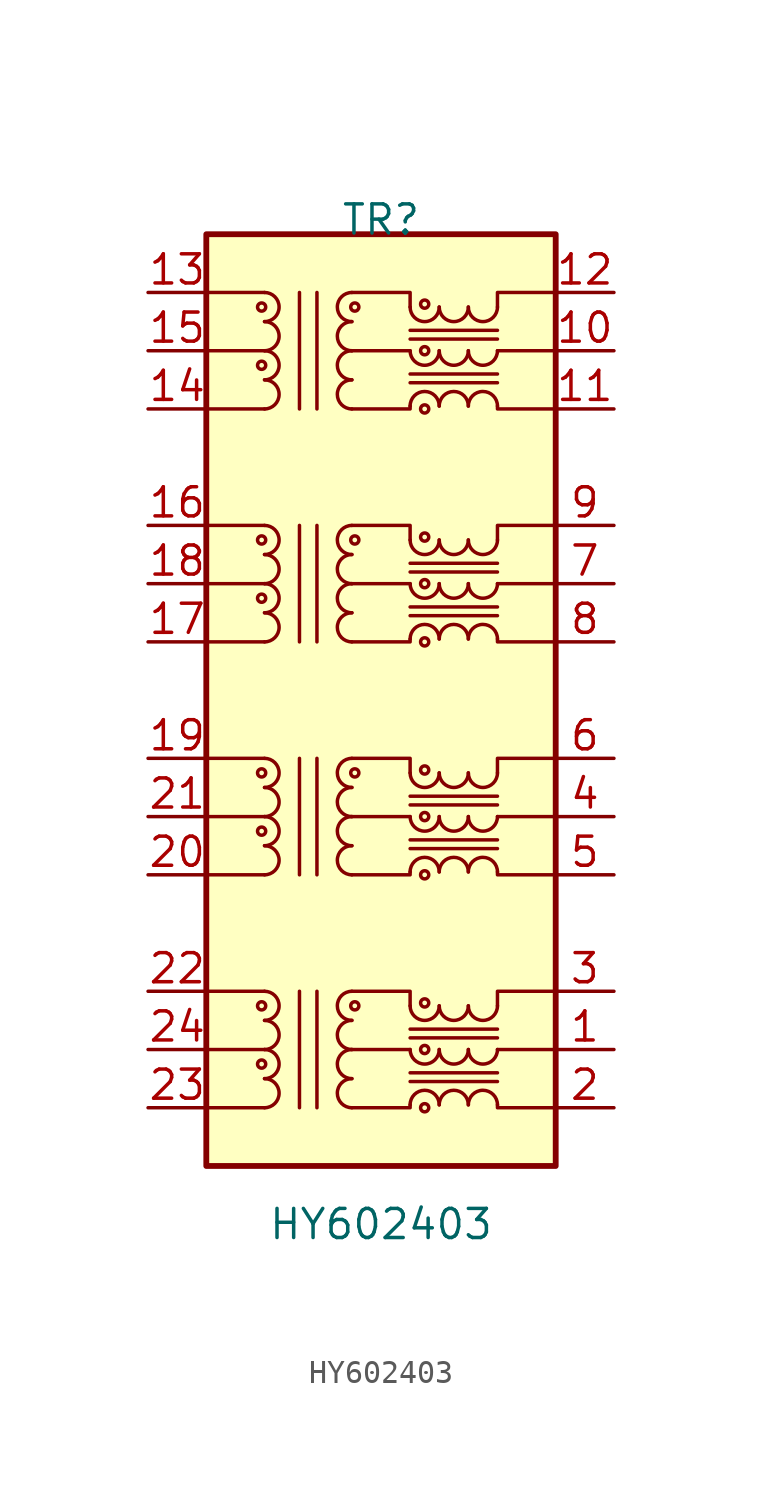
<source format=kicad_sym>
(kicad_symbol_lib
  (version 20211014)
  (generator kicad_symbol_editor)
  (symbol "HY602403"
    (pin_names hide)
    (property "Reference" "TR"
      (at 0 10.795 0)
      (effects (font (size 1.27 1.27))))
    (property "Value" "HY602403"
      (at 0 -33.02 0)
      (effects (font (size 1.27 1.27))))
    (symbol "HY602403_0_1"
      (rectangle (start -7.62 10.16) (end 7.62 -30.48) (stroke (width 0.254) (type default) (color 0 0 0 0)) (fill (type background)))
      (circle (center -5.207 6.985) (radius 0.178) (stroke (width 0) (type default) (color 0 0 0 0)) (fill (type none)))
      (arc (start -5.08 6.35) (mid -4.445 6.985) (end -5.08 7.62) (stroke (width 0) (type default) (color 0 0 0 0)) (fill (type none)))
      (polyline (pts (xy -5.08 2.54) (xy -7.62 2.54)) (stroke (width 0) (type default) (color 0 0 0 0)) (fill (type none)))
      (polyline (pts (xy -5.08 5.08) (xy -7.62 5.08)) (stroke (width 0) (type default) (color 0 0 0 0)) (fill (type none)))
      (polyline (pts (xy -5.08 7.62) (xy -7.62 7.62)) (stroke (width 0) (type default) (color 0 0 0 0)) (fill (type none)))
      (polyline (pts (xy -3.556 2.54) (xy -3.556 7.62)) (stroke (width 0) (type default) (color 0 0 0 0)) (fill (type none)))
      (polyline (pts (xy -2.794 7.62) (xy -2.794 2.54)) (stroke (width 0) (type default) (color 0 0 0 0)) (fill (type none)))
      (polyline (pts (xy -1.27 5.08) (xy 1.27 5.08)) (stroke (width 0) (type default) (color 0 0 0 0)) (fill (type none)))
      (polyline (pts (xy 5.08 5.08) (xy 7.62 5.08)) (stroke (width 0) (type default) (color 0 0 0 0)) (fill (type none)))
      (polyline (pts (xy -1.27 2.54) (xy 1.27 2.54) (xy 1.27 2.667)) (stroke (width 0) (type default) (color 0 0 0 0)) (fill (type none)))
      (polyline (pts (xy 1.27 6.985) (xy 1.27 7.62) (xy -1.27 7.62)) (stroke (width 0) (type default) (color 0 0 0 0)) (fill (type none)))
      (polyline (pts (xy 5.08 2.667) (xy 5.08 2.54) (xy 7.62 2.54)) (stroke (width 0) (type default) (color 0 0 0 0)) (fill (type none)))
      (polyline (pts (xy 5.08 6.985) (xy 5.08 7.62) (xy 7.62 7.62)) (stroke (width 0) (type default) (color 0 0 0 0)) (fill (type none))))
    (symbol "HY602403_1_1"
      (circle (center -5.207 -26.035) (radius 0.178) (stroke (width 0) (type default) (color 0 0 0 0)) (fill (type none)))
      (circle (center -5.207 -23.495) (radius 0.178) (stroke (width 0) (type default) (color 0 0 0 0)) (fill (type none)))
      (circle (center -5.207 -15.875) (radius 0.178) (stroke (width 0) (type default) (color 0 0 0 0)) (fill (type none)))
      (circle (center -5.207 -13.335) (radius 0.178) (stroke (width 0) (type default) (color 0 0 0 0)) (fill (type none)))
      (circle (center -5.207 -5.715) (radius 0.178) (stroke (width 0) (type default) (color 0 0 0 0)) (fill (type none)))
      (circle (center -5.207 -3.175) (radius 0.178) (stroke (width 0) (type default) (color 0 0 0 0)) (fill (type none)))
      (circle (center -5.207 4.445) (radius 0.178) (stroke (width 0) (type default) (color 0 0 0 0)) (fill (type none)))
      (arc (start -5.08 -27.94) (mid -4.445 -27.305) (end -5.08 -26.67) (stroke (width 0) (type default) (color 0 0 0 0)) (fill (type none)))
      (arc (start -5.08 -26.67) (mid -4.445 -26.035) (end -5.08 -25.4) (stroke (width 0) (type default) (color 0 0 0 0)) (fill (type none)))
      (arc (start -5.08 -25.4) (mid -4.445 -24.765) (end -5.08 -24.13) (stroke (width 0) (type default) (color 0 0 0 0)) (fill (type none)))
      (arc (start -5.08 -24.13) (mid -4.445 -23.495) (end -5.08 -22.86) (stroke (width 0) (type default) (color 0 0 0 0)) (fill (type none)))
      (arc (start -5.08 -17.78) (mid -4.445 -17.145) (end -5.08 -16.51) (stroke (width 0) (type default) (color 0 0 0 0)) (fill (type none)))
      (arc (start -5.08 -16.51) (mid -4.445 -15.875) (end -5.08 -15.24) (stroke (width 0) (type default) (color 0 0 0 0)) (fill (type none)))
      (arc (start -5.08 -15.24) (mid -4.445 -14.605) (end -5.08 -13.97) (stroke (width 0) (type default) (color 0 0 0 0)) (fill (type none)))
      (arc (start -5.08 -13.97) (mid -4.445 -13.335) (end -5.08 -12.7) (stroke (width 0) (type default) (color 0 0 0 0)) (fill (type none)))
      (arc (start -5.08 -7.62) (mid -4.445 -6.985) (end -5.08 -6.35) (stroke (width 0) (type default) (color 0 0 0 0)) (fill (type none)))
      (arc (start -5.08 -6.35) (mid -4.445 -5.715) (end -5.08 -5.08) (stroke (width 0) (type default) (color 0 0 0 0)) (fill (type none)))
      (arc (start -5.08 -5.08) (mid -4.445 -4.445) (end -5.08 -3.81) (stroke (width 0) (type default) (color 0 0 0 0)) (fill (type none)))
      (arc (start -5.08 -3.81) (mid -4.445 -3.175) (end -5.08 -2.54) (stroke (width 0) (type default) (color 0 0 0 0)) (fill (type none)))
      (arc (start -5.08 2.54) (mid -4.445 3.175) (end -5.08 3.81) (stroke (width 0) (type default) (color 0 0 0 0)) (fill (type none)))
      (arc (start -5.08 3.81) (mid -4.445 4.445) (end -5.08 5.08) (stroke (width 0) (type default) (color 0 0 0 0)) (fill (type none)))
      (arc (start -5.08 5.08) (mid -4.445 5.715) (end -5.08 6.35) (stroke (width 0) (type default) (color 0 0 0 0)) (fill (type none)))
      (arc (start -1.27 -26.67) (mid -1.905 -27.305) (end -1.27 -27.94) (stroke (width 0) (type default) (color 0 0 0 0)) (fill (type none)))
      (arc (start -1.27 -25.4) (mid -1.905 -26.035) (end -1.27 -26.67) (stroke (width 0) (type default) (color 0 0 0 0)) (fill (type none)))
      (arc (start -1.27 -24.13) (mid -1.905 -24.765) (end -1.27 -25.4) (stroke (width 0) (type default) (color 0 0 0 0)) (fill (type none)))
      (arc (start -1.27 -22.86) (mid -1.905 -23.495) (end -1.27 -24.13) (stroke (width 0) (type default) (color 0 0 0 0)) (fill (type none)))
      (arc (start -1.27 -16.51) (mid -1.905 -17.145) (end -1.27 -17.78) (stroke (width 0) (type default) (color 0 0 0 0)) (fill (type none)))
      (arc (start -1.27 -15.24) (mid -1.905 -15.875) (end -1.27 -16.51) (stroke (width 0) (type default) (color 0 0 0 0)) (fill (type none)))
      (arc (start -1.27 -13.97) (mid -1.905 -14.605) (end -1.27 -15.24) (stroke (width 0) (type default) (color 0 0 0 0)) (fill (type none)))
      (arc (start -1.27 -12.7) (mid -1.905 -13.335) (end -1.27 -13.97) (stroke (width 0) (type default) (color 0 0 0 0)) (fill (type none)))
      (arc (start -1.27 -6.35) (mid -1.905 -6.985) (end -1.27 -7.62) (stroke (width 0) (type default) (color 0 0 0 0)) (fill (type none)))
      (arc (start -1.27 -5.08) (mid -1.905 -5.715) (end -1.27 -6.35) (stroke (width 0) (type default) (color 0 0 0 0)) (fill (type none)))
      (arc (start -1.27 -3.81) (mid -1.905 -4.445) (end -1.27 -5.08) (stroke (width 0) (type default) (color 0 0 0 0)) (fill (type none)))
      (arc (start -1.27 -2.54) (mid -1.905 -3.175) (end -1.27 -3.81) (stroke (width 0) (type default) (color 0 0 0 0)) (fill (type none)))
      (arc (start -1.27 3.81) (mid -1.905 3.175) (end -1.27 2.54) (stroke (width 0) (type default) (color 0 0 0 0)) (fill (type none)))
      (arc (start -1.27 5.08) (mid -1.905 4.445) (end -1.27 3.81) (stroke (width 0) (type default) (color 0 0 0 0)) (fill (type none)))
      (arc (start -1.27 6.35) (mid -1.905 5.715) (end -1.27 5.08) (stroke (width 0) (type default) (color 0 0 0 0)) (fill (type none)))
      (arc (start -1.27 7.62) (mid -1.905 6.985) (end -1.27 6.35) (stroke (width 0) (type default) (color 0 0 0 0)) (fill (type none)))
      (circle (center -1.143 -23.495) (radius 0.178) (stroke (width 0) (type default) (color 0 0 0 0)) (fill (type none)))
      (circle (center -1.143 -13.335) (radius 0.178) (stroke (width 0) (type default) (color 0 0 0 0)) (fill (type none)))
      (circle (center -1.143 -3.175) (radius 0.178) (stroke (width 0) (type default) (color 0 0 0 0)) (fill (type none)))
      (circle (center -1.143 6.985) (radius 0.178) (stroke (width 0) (type default) (color 0 0 0 0)) (fill (type none)))
      (polyline (pts (xy -5.08 -27.94) (xy -7.62 -27.94)) (stroke (width 0) (type default) (color 0 0 0 0)) (fill (type none)))
      (polyline (pts (xy -5.08 -25.4) (xy -7.62 -25.4)) (stroke (width 0) (type default) (color 0 0 0 0)) (fill (type none)))
      (polyline (pts (xy -5.08 -22.86) (xy -7.62 -22.86)) (stroke (width 0) (type default) (color 0 0 0 0)) (fill (type none)))
      (polyline (pts (xy -5.08 -17.78) (xy -7.62 -17.78)) (stroke (width 0) (type default) (color 0 0 0 0)) (fill (type none)))
      (polyline (pts (xy -5.08 -15.24) (xy -7.62 -15.24)) (stroke (width 0) (type default) (color 0 0 0 0)) (fill (type none)))
      (polyline (pts (xy -5.08 -12.7) (xy -7.62 -12.7)) (stroke (width 0) (type default) (color 0 0 0 0)) (fill (type none)))
      (polyline (pts (xy -5.08 -7.62) (xy -7.62 -7.62)) (stroke (width 0) (type default) (color 0 0 0 0)) (fill (type none)))
      (polyline (pts (xy -5.08 -5.08) (xy -7.62 -5.08)) (stroke (width 0) (type default) (color 0 0 0 0)) (fill (type none)))
      (polyline (pts (xy -5.08 -2.54) (xy -7.62 -2.54)) (stroke (width 0) (type default) (color 0 0 0 0)) (fill (type none)))
      (polyline (pts (xy -3.556 -27.94) (xy -3.556 -22.86)) (stroke (width 0) (type default) (color 0 0 0 0)) (fill (type none)))
      (polyline (pts (xy -3.556 -17.78) (xy -3.556 -12.7)) (stroke (width 0) (type default) (color 0 0 0 0)) (fill (type none)))
      (polyline (pts (xy -3.556 -7.62) (xy -3.556 -2.54)) (stroke (width 0) (type default) (color 0 0 0 0)) (fill (type none)))
      (polyline (pts (xy -2.794 -22.86) (xy -2.794 -27.94)) (stroke (width 0) (type default) (color 0 0 0 0)) (fill (type none)))
      (polyline (pts (xy -2.794 -12.7) (xy -2.794 -17.78)) (stroke (width 0) (type default) (color 0 0 0 0)) (fill (type none)))
      (polyline (pts (xy -2.794 -2.54) (xy -2.794 -7.62)) (stroke (width 0) (type default) (color 0 0 0 0)) (fill (type none)))
      (polyline (pts (xy -1.27 -25.4) (xy 1.27 -25.4)) (stroke (width 0) (type default) (color 0 0 0 0)) (fill (type none)))
      (polyline (pts (xy -1.27 -15.24) (xy 1.27 -15.24)) (stroke (width 0) (type default) (color 0 0 0 0)) (fill (type none)))
      (polyline (pts (xy -1.27 -5.08) (xy 1.27 -5.08)) (stroke (width 0) (type default) (color 0 0 0 0)) (fill (type none)))
      (polyline (pts (xy 1.27 -26.797) (xy 5.08 -26.797)) (stroke (width 0) (type default) (color 0 0 0 0)) (fill (type none)))
      (polyline (pts (xy 1.27 -26.416) (xy 5.08 -26.416)) (stroke (width 0) (type default) (color 0 0 0 0)) (fill (type none)))
      (polyline (pts (xy 1.27 -24.892) (xy 5.08 -24.892)) (stroke (width 0) (type default) (color 0 0 0 0)) (fill (type none)))
      (polyline (pts (xy 1.27 -24.511) (xy 5.08 -24.511)) (stroke (width 0) (type default) (color 0 0 0 0)) (fill (type none)))
      (polyline (pts (xy 1.27 -16.637) (xy 5.08 -16.637)) (stroke (width 0) (type default) (color 0 0 0 0)) (fill (type none)))
      (polyline (pts (xy 1.27 -16.256) (xy 5.08 -16.256)) (stroke (width 0) (type default) (color 0 0 0 0)) (fill (type none)))
      (polyline (pts (xy 1.27 -14.732) (xy 5.08 -14.732)) (stroke (width 0) (type default) (color 0 0 0 0)) (fill (type none)))
      (polyline (pts (xy 1.27 -14.351) (xy 5.08 -14.351)) (stroke (width 0) (type default) (color 0 0 0 0)) (fill (type none)))
      (polyline (pts (xy 1.27 -6.477) (xy 5.08 -6.477)) (stroke (width 0) (type default) (color 0 0 0 0)) (fill (type none)))
      (polyline (pts (xy 1.27 -6.096) (xy 5.08 -6.096)) (stroke (width 0) (type default) (color 0 0 0 0)) (fill (type none)))
      (polyline (pts (xy 1.27 -4.572) (xy 5.08 -4.572)) (stroke (width 0) (type default) (color 0 0 0 0)) (fill (type none)))
      (polyline (pts (xy 1.27 -4.191) (xy 5.08 -4.191)) (stroke (width 0) (type default) (color 0 0 0 0)) (fill (type none)))
      (polyline (pts (xy 1.27 3.683) (xy 5.08 3.683)) (stroke (width 0) (type default) (color 0 0 0 0)) (fill (type none)))
      (polyline (pts (xy 1.27 4.064) (xy 5.08 4.064)) (stroke (width 0) (type default) (color 0 0 0 0)) (fill (type none)))
      (polyline (pts (xy 1.27 5.588) (xy 5.08 5.588)) (stroke (width 0) (type default) (color 0 0 0 0)) (fill (type none)))
      (polyline (pts (xy 1.27 5.969) (xy 5.08 5.969)) (stroke (width 0) (type default) (color 0 0 0 0)) (fill (type none)))
      (polyline (pts (xy 5.08 -25.4) (xy 7.62 -25.4)) (stroke (width 0) (type default) (color 0 0 0 0)) (fill (type none)))
      (polyline (pts (xy 5.08 -15.24) (xy 7.62 -15.24)) (stroke (width 0) (type default) (color 0 0 0 0)) (fill (type none)))
      (polyline (pts (xy 5.08 -5.08) (xy 7.62 -5.08)) (stroke (width 0) (type default) (color 0 0 0 0)) (fill (type none)))
      (polyline (pts (xy -1.27 -27.94) (xy 1.27 -27.94) (xy 1.27 -27.813)) (stroke (width 0) (type default) (color 0 0 0 0)) (fill (type none)))
      (polyline (pts (xy -1.27 -17.78) (xy 1.27 -17.78) (xy 1.27 -17.653)) (stroke (width 0) (type default) (color 0 0 0 0)) (fill (type none)))
      (polyline (pts (xy -1.27 -7.62) (xy 1.27 -7.62) (xy 1.27 -7.493)) (stroke (width 0) (type default) (color 0 0 0 0)) (fill (type none)))
      (polyline (pts (xy 1.27 -23.495) (xy 1.27 -22.86) (xy -1.27 -22.86)) (stroke (width 0) (type default) (color 0 0 0 0)) (fill (type none)))
      (polyline (pts (xy 1.27 -13.335) (xy 1.27 -12.7) (xy -1.27 -12.7)) (stroke (width 0) (type default) (color 0 0 0 0)) (fill (type none)))
      (polyline (pts (xy 1.27 -3.175) (xy 1.27 -2.54) (xy -1.27 -2.54)) (stroke (width 0) (type default) (color 0 0 0 0)) (fill (type none)))
      (polyline (pts (xy 5.08 -27.813) (xy 5.08 -27.94) (xy 7.62 -27.94)) (stroke (width 0) (type default) (color 0 0 0 0)) (fill (type none)))
      (polyline (pts (xy 5.08 -23.495) (xy 5.08 -22.86) (xy 7.62 -22.86)) (stroke (width 0) (type default) (color 0 0 0 0)) (fill (type none)))
      (polyline (pts (xy 5.08 -17.653) (xy 5.08 -17.78) (xy 7.62 -17.78)) (stroke (width 0) (type default) (color 0 0 0 0)) (fill (type none)))
      (polyline (pts (xy 5.08 -13.335) (xy 5.08 -12.7) (xy 7.62 -12.7)) (stroke (width 0) (type default) (color 0 0 0 0)) (fill (type none)))
      (polyline (pts (xy 5.08 -7.493) (xy 5.08 -7.62) (xy 7.62 -7.62)) (stroke (width 0) (type default) (color 0 0 0 0)) (fill (type none)))
      (polyline (pts (xy 5.08 -3.175) (xy 5.08 -2.54) (xy 7.62 -2.54)) (stroke (width 0) (type default) (color 0 0 0 0)) (fill (type none)))
      (arc (start 1.27 -25.4) (mid 1.905 -26.035) (end 2.54 -25.4) (stroke (width 0) (type default) (color 0 0 0 0)) (fill (type none)))
      (arc (start 1.27 -23.495) (mid 1.905 -24.13) (end 2.54 -23.495) (stroke (width 0) (type default) (color 0 0 0 0)) (fill (type none)))
      (arc (start 1.27 -15.24) (mid 1.905 -15.875) (end 2.54 -15.24) (stroke (width 0) (type default) (color 0 0 0 0)) (fill (type none)))
      (arc (start 1.27 -13.335) (mid 1.905 -13.97) (end 2.54 -13.335) (stroke (width 0) (type default) (color 0 0 0 0)) (fill (type none)))
      (arc (start 1.27 -5.08) (mid 1.905 -5.715) (end 2.54 -5.08) (stroke (width 0) (type default) (color 0 0 0 0)) (fill (type none)))
      (arc (start 1.27 -3.175) (mid 1.905 -3.81) (end 2.54 -3.175) (stroke (width 0) (type default) (color 0 0 0 0)) (fill (type none)))
      (arc (start 1.27 5.08) (mid 1.905 4.445) (end 2.54 5.08) (stroke (width 0) (type default) (color 0 0 0 0)) (fill (type none)))
      (arc (start 1.27 6.985) (mid 1.905 6.35) (end 2.54 6.985) (stroke (width 0) (type default) (color 0 0 0 0)) (fill (type none)))
      (circle (center 1.905 -27.94) (radius 0.178) (stroke (width 0) (type default) (color 0 0 0 0)) (fill (type none)))
      (circle (center 1.905 -25.4) (radius 0.178) (stroke (width 0) (type default) (color 0 0 0 0)) (fill (type none)))
      (circle (center 1.905 -23.368) (radius 0.178) (stroke (width 0) (type default) (color 0 0 0 0)) (fill (type none)))
      (circle (center 1.905 -17.78) (radius 0.178) (stroke (width 0) (type default) (color 0 0 0 0)) (fill (type none)))
      (circle (center 1.905 -15.24) (radius 0.178) (stroke (width 0) (type default) (color 0 0 0 0)) (fill (type none)))
      (circle (center 1.905 -13.208) (radius 0.178) (stroke (width 0) (type default) (color 0 0 0 0)) (fill (type none)))
      (circle (center 1.905 -7.62) (radius 0.178) (stroke (width 0) (type default) (color 0 0 0 0)) (fill (type none)))
      (circle (center 1.905 -5.08) (radius 0.178) (stroke (width 0) (type default) (color 0 0 0 0)) (fill (type none)))
      (circle (center 1.905 -3.048) (radius 0.178) (stroke (width 0) (type default) (color 0 0 0 0)) (fill (type none)))
      (circle (center 1.905 2.54) (radius 0.178) (stroke (width 0) (type default) (color 0 0 0 0)) (fill (type none)))
      (circle (center 1.905 5.08) (radius 0.178) (stroke (width 0) (type default) (color 0 0 0 0)) (fill (type none)))
      (circle (center 1.905 7.112) (radius 0.178) (stroke (width 0) (type default) (color 0 0 0 0)) (fill (type none)))
      (arc (start 2.54 -27.813) (mid 1.905 -27.178) (end 1.27 -27.813) (stroke (width 0) (type default) (color 0 0 0 0)) (fill (type none)))
      (arc (start 2.54 -25.4) (mid 3.175 -26.035) (end 3.81 -25.4) (stroke (width 0) (type default) (color 0 0 0 0)) (fill (type none)))
      (arc (start 2.54 -23.495) (mid 3.175 -24.13) (end 3.81 -23.495) (stroke (width 0) (type default) (color 0 0 0 0)) (fill (type none)))
      (arc (start 2.54 -17.653) (mid 1.905 -17.018) (end 1.27 -17.653) (stroke (width 0) (type default) (color 0 0 0 0)) (fill (type none)))
      (arc (start 2.54 -15.24) (mid 3.175 -15.875) (end 3.81 -15.24) (stroke (width 0) (type default) (color 0 0 0 0)) (fill (type none)))
      (arc (start 2.54 -13.335) (mid 3.175 -13.97) (end 3.81 -13.335) (stroke (width 0) (type default) (color 0 0 0 0)) (fill (type none)))
      (arc (start 2.54 -7.493) (mid 1.905 -6.858) (end 1.27 -7.493) (stroke (width 0) (type default) (color 0 0 0 0)) (fill (type none)))
      (arc (start 2.54 -5.08) (mid 3.175 -5.715) (end 3.81 -5.08) (stroke (width 0) (type default) (color 0 0 0 0)) (fill (type none)))
      (arc (start 2.54 -3.175) (mid 3.175 -3.81) (end 3.81 -3.175) (stroke (width 0) (type default) (color 0 0 0 0)) (fill (type none)))
      (arc (start 2.54 2.667) (mid 1.905 3.302) (end 1.27 2.667) (stroke (width 0) (type default) (color 0 0 0 0)) (fill (type none)))
      (arc (start 2.54 5.08) (mid 3.175 4.445) (end 3.81 5.08) (stroke (width 0) (type default) (color 0 0 0 0)) (fill (type none)))
      (arc (start 2.54 6.985) (mid 3.175 6.35) (end 3.81 6.985) (stroke (width 0) (type default) (color 0 0 0 0)) (fill (type none)))
      (arc (start 3.81 -27.813) (mid 3.175 -27.178) (end 2.54 -27.813) (stroke (width 0) (type default) (color 0 0 0 0)) (fill (type none)))
      (arc (start 3.81 -25.4) (mid 4.445 -26.035) (end 5.08 -25.4) (stroke (width 0) (type default) (color 0 0 0 0)) (fill (type none)))
      (arc (start 3.81 -23.495) (mid 4.445 -24.13) (end 5.08 -23.495) (stroke (width 0) (type default) (color 0 0 0 0)) (fill (type none)))
      (arc (start 3.81 -17.653) (mid 3.175 -17.018) (end 2.54 -17.653) (stroke (width 0) (type default) (color 0 0 0 0)) (fill (type none)))
      (arc (start 3.81 -15.24) (mid 4.445 -15.875) (end 5.08 -15.24) (stroke (width 0) (type default) (color 0 0 0 0)) (fill (type none)))
      (arc (start 3.81 -13.335) (mid 4.445 -13.97) (end 5.08 -13.335) (stroke (width 0) (type default) (color 0 0 0 0)) (fill (type none)))
      (arc (start 3.81 -7.493) (mid 3.175 -6.858) (end 2.54 -7.493) (stroke (width 0) (type default) (color 0 0 0 0)) (fill (type none)))
      (arc (start 3.81 -5.08) (mid 4.445 -5.715) (end 5.08 -5.08) (stroke (width 0) (type default) (color 0 0 0 0)) (fill (type none)))
      (arc (start 3.81 -3.175) (mid 4.445 -3.81) (end 5.08 -3.175) (stroke (width 0) (type default) (color 0 0 0 0)) (fill (type none)))
      (arc (start 3.81 2.667) (mid 3.175 3.302) (end 2.54 2.667) (stroke (width 0) (type default) (color 0 0 0 0)) (fill (type none)))
      (arc (start 3.81 5.08) (mid 4.445 4.445) (end 5.08 5.08) (stroke (width 0) (type default) (color 0 0 0 0)) (fill (type none)))
      (arc (start 3.81 6.985) (mid 4.445 6.35) (end 5.08 6.985) (stroke (width 0) (type default) (color 0 0 0 0)) (fill (type none)))
      (arc (start 5.08 -27.813) (mid 4.445 -27.178) (end 3.81 -27.813) (stroke (width 0) (type default) (color 0 0 0 0)) (fill (type none)))
      (arc (start 5.08 -17.653) (mid 4.445 -17.018) (end 3.81 -17.653) (stroke (width 0) (type default) (color 0 0 0 0)) (fill (type none)))
      (arc (start 5.08 -7.493) (mid 4.445 -6.858) (end 3.81 -7.493) (stroke (width 0) (type default) (color 0 0 0 0)) (fill (type none)))
      (arc (start 5.08 2.667) (mid 4.445 3.302) (end 3.81 2.667) (stroke (width 0) (type default) (color 0 0 0 0)) (fill (type none)))
      (pin passive line (at 10.16 -25.4 180) (length 2.54) (name "TCT1" (effects (font (size 1.27 1.27)))) (number "1" (effects (font (size 1.27 1.27)))))
      (pin passive line (at 10.16 5.08 180) (length 2.54) (name "TCT4" (effects (font (size 1.27 1.27)))) (number "10" (effects (font (size 1.27 1.27)))))
      (pin passive line (at 10.16 2.54 180) (length 2.54) (name "TD4+" (effects (font (size 1.27 1.27)))) (number "11" (effects (font (size 1.27 1.27)))))
      (pin passive line (at 10.16 7.62 180) (length 2.54) (name "TD4-" (effects (font (size 1.27 1.27)))) (number "12" (effects (font (size 1.27 1.27)))))
      (pin passive line (at -10.16 7.62 0) (length 2.54) (name "MX4-" (effects (font (size 1.27 1.27)))) (number "13" (effects (font (size 1.27 1.27)))))
      (pin passive line (at -10.16 2.54 0) (length 2.54) (name "MX4+" (effects (font (size 1.27 1.27)))) (number "14" (effects (font (size 1.27 1.27)))))
      (pin passive line (at -10.16 5.08 0) (length 2.54) (name "MCT4" (effects (font (size 1.27 1.27)))) (number "15" (effects (font (size 1.27 1.27)))))
      (pin passive line (at -10.16 -2.54 0) (length 2.54) (name "MX3-" (effects (font (size 1.27 1.27)))) (number "16" (effects (font (size 1.27 1.27)))))
      (pin passive line (at -10.16 -7.62 0) (length 2.54) (name "MX3+" (effects (font (size 1.27 1.27)))) (number "17" (effects (font (size 1.27 1.27)))))
      (pin passive line (at -10.16 -5.08 0) (length 2.54) (name "MCT3" (effects (font (size 1.27 1.27)))) (number "18" (effects (font (size 1.27 1.27)))))
      (pin passive line (at -10.16 -12.7 0) (length 2.54) (name "MX2-" (effects (font (size 1.27 1.27)))) (number "19" (effects (font (size 1.27 1.27)))))
      (pin passive line (at 10.16 -27.94 180) (length 2.54) (name "TD1+" (effects (font (size 1.27 1.27)))) (number "2" (effects (font (size 1.27 1.27)))))
      (pin passive line (at -10.16 -17.78 0) (length 2.54) (name "MX2+" (effects (font (size 1.27 1.27)))) (number "20" (effects (font (size 1.27 1.27)))))
      (pin passive line (at -10.16 -15.24 0) (length 2.54) (name "MCT2" (effects (font (size 1.27 1.27)))) (number "21" (effects (font (size 1.27 1.27)))))
      (pin passive line (at -10.16 -22.86 0) (length 2.54) (name "MX1-" (effects (font (size 1.27 1.27)))) (number "22" (effects (font (size 1.27 1.27)))))
      (pin passive line (at -10.16 -27.94 0) (length 2.54) (name "MX1+" (effects (font (size 1.27 1.27)))) (number "23" (effects (font (size 1.27 1.27)))))
      (pin passive line (at -10.16 -25.4 0) (length 2.54) (name "MCT1" (effects (font (size 1.27 1.27)))) (number "24" (effects (font (size 1.27 1.27)))))
      (pin passive line (at 10.16 -22.86 180) (length 2.54) (name "TD1-" (effects (font (size 1.27 1.27)))) (number "3" (effects (font (size 1.27 1.27)))))
      (pin passive line (at 10.16 -15.24 180) (length 2.54) (name "TCT2" (effects (font (size 1.27 1.27)))) (number "4" (effects (font (size 1.27 1.27)))))
      (pin passive line (at 10.16 -17.78 180) (length 2.54) (name "TD2+" (effects (font (size 1.27 1.27)))) (number "5" (effects (font (size 1.27 1.27)))))
      (pin passive line (at 10.16 -12.7 180) (length 2.54) (name "TD2-" (effects (font (size 1.27 1.27)))) (number "6" (effects (font (size 1.27 1.27)))))
      (pin passive line (at 10.16 -5.08 180) (length 2.54) (name "TCT3" (effects (font (size 1.27 1.27)))) (number "7" (effects (font (size 1.27 1.27)))))
      (pin passive line (at 10.16 -7.62 180) (length 2.54) (name "TD3+" (effects (font (size 1.27 1.27)))) (number "8" (effects (font (size 1.27 1.27)))))
      (pin passive line (at 10.16 -2.54 180) (length 2.54) (name "TD3-" (effects (font (size 1.27 1.27)))) (number "9" (effects (font (size 1.27 1.27))))))))
</source>
